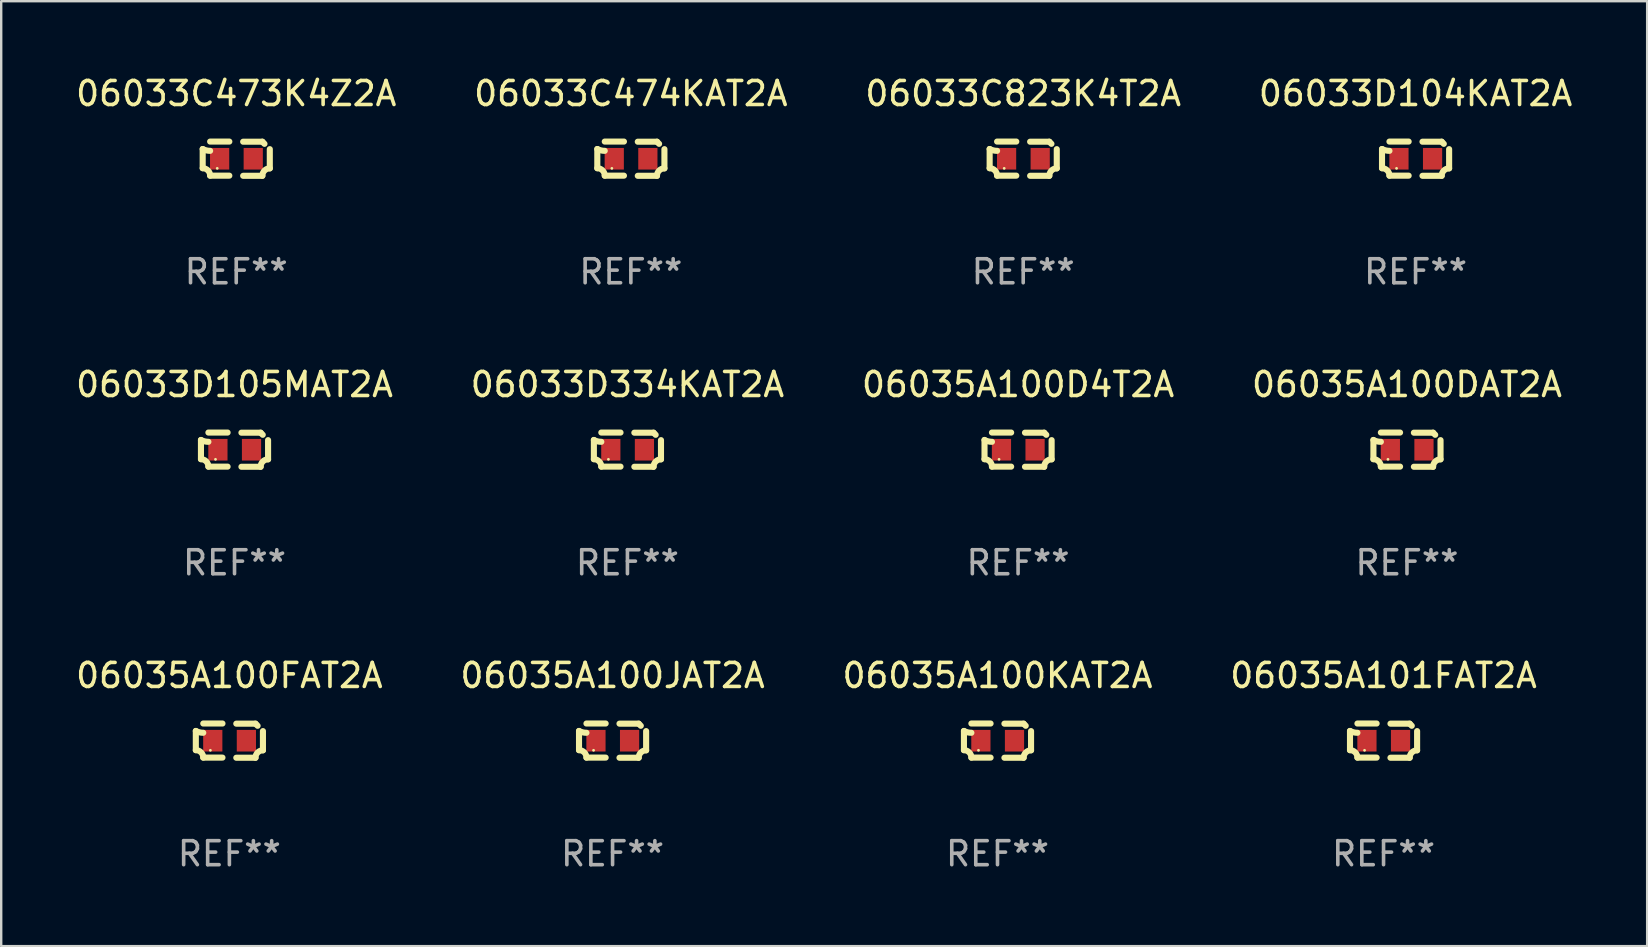
<source format=kicad_pcb>
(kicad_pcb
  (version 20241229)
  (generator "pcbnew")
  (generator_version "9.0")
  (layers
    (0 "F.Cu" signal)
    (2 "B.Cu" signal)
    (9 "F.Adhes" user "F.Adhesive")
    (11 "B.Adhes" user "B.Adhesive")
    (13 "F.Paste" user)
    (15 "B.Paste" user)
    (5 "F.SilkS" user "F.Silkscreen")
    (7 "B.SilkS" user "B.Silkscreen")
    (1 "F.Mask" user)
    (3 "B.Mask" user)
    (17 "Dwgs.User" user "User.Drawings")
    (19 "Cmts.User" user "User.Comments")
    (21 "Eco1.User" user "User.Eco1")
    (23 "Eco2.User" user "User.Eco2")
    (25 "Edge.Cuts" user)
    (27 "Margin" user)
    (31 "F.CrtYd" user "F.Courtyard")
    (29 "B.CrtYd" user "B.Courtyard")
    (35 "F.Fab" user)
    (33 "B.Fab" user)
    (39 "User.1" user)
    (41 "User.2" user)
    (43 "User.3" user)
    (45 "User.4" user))
  (footprint "06035A100JAT2A"
    (layer "F.Cu")
    (at 22.47 27.805)
    (property "Reference" "06035A100JAT2A" (at 0 -2.713 0) (layer "F.SilkS") (effects (font (size 1 1) (thickness 0.15))))
    (attr through_hole)
    (fp_line (start -1.398 -0.403) (end -1.398 0.397) (stroke (width 0.254) (type solid)) (layer "F.SilkS"))
    (fp_line (start -0.288 -0.713) (end -1.088 -0.713) (stroke (width 0.254) (type solid)) (layer "F.SilkS"))
    (fp_line (start -0.288 0.707) (end -1.088 0.707) (stroke (width 0.254) (type solid)) (layer "F.SilkS"))
    (fp_line (start 0.288 -0.707) (end 1.088 -0.707) (stroke (width 0.254) (type solid)) (layer "F.SilkS"))
    (fp_line (start 0.288 0.713) (end 1.088 0.713) (stroke (width 0.254) (type solid)) (layer "F.SilkS"))
    (fp_line (start 1.398 -0.397) (end 1.398 0.403) (stroke (width 0.254) (type solid)) (layer "F.SilkS"))
    (fp_arc (start -1.397789 0.397066) (mid -1.178701 0.487826) (end -1.08796 0.706922) (stroke (width 0.254001) (type solid)) (layer "F.SilkS"))
    (fp_arc (start -1.08796 -0.327176) (mid -1.247436 -0.346384) (end -1.39779 -0.402908) (stroke (width 0.254001) (type solid)) (layer "F.SilkS"))
    (fp_arc (start 1.087909 0.712738) (mid 1.178656 0.493655) (end 1.397739 0.402908) (stroke (width 0.254001) (type solid)) (layer "F.SilkS"))
    (fp_arc (start 1.175925 -0.618926) (mid 1.131917 -0.662923) (end 1.08791 -0.706922) (stroke (width 0.254001) (type solid)) (layer "F.SilkS"))
    (fp_circle (center -0.792 0.403) (end -0.762 0.403) (stroke (width 0.06) (type solid)) (fill no) (layer "F.SilkS"))
    (fp_text user "REF**" (at 0 4.713 0) (layer "F.Fab") (effects (font (size 1 1) (thickness 0.15))))
    (pad "1" smd rect (at -0.692 0.003) (size 0.8 0.9) (layers "F.Cu" "F.Mask" "F.Paste"))
    (pad "2" smd rect (at 0.708 0.003) (size 0.8 0.9) (layers "F.Cu" "F.Mask" "F.Paste")))
  (footprint "06033C474KAT2A"
    (layer "F.Cu")
    (at 23.232 3.561)
    (property "Reference" "06033C474KAT2A" (at 0 -2.713 0) (layer "F.SilkS") (effects (font (size 1 1) (thickness 0.15))))
    (attr through_hole)
    (fp_line (start -1.398 -0.403) (end -1.398 0.397) (stroke (width 0.254) (type solid)) (layer "F.SilkS"))
    (fp_line (start -0.288 -0.713) (end -1.088 -0.713) (stroke (width 0.254) (type solid)) (layer "F.SilkS"))
    (fp_line (start -0.288 0.707) (end -1.088 0.707) (stroke (width 0.254) (type solid)) (layer "F.SilkS"))
    (fp_line (start 0.288 -0.707) (end 1.088 -0.707) (stroke (width 0.254) (type solid)) (layer "F.SilkS"))
    (fp_line (start 0.288 0.713) (end 1.088 0.713) (stroke (width 0.254) (type solid)) (layer "F.SilkS"))
    (fp_line (start 1.398 -0.397) (end 1.398 0.403) (stroke (width 0.254) (type solid)) (layer "F.SilkS"))
    (fp_arc (start -1.397789 0.397066) (mid -1.178701 0.487826) (end -1.08796 0.706922) (stroke (width 0.254001) (type solid)) (layer "F.SilkS"))
    (fp_arc (start -1.08796 -0.327176) (mid -1.247436 -0.346384) (end -1.39779 -0.402908) (stroke (width 0.254001) (type solid)) (layer "F.SilkS"))
    (fp_arc (start 1.087909 0.712738) (mid 1.178656 0.493655) (end 1.397739 0.402908) (stroke (width 0.254001) (type solid)) (layer "F.SilkS"))
    (fp_arc (start 1.175925 -0.618926) (mid 1.131917 -0.662923) (end 1.08791 -0.706922) (stroke (width 0.254001) (type solid)) (layer "F.SilkS"))
    (fp_circle (center -0.792 0.403) (end -0.762 0.403) (stroke (width 0.06) (type solid)) (fill no) (layer "F.SilkS"))
    (fp_text user "REF**" (at 0 4.713 0) (layer "F.Fab") (effects (font (size 1 1) (thickness 0.15))))
    (pad "1" smd rect (at -0.692 0.003) (size 0.8 0.9) (layers "F.Cu" "F.Mask" "F.Paste"))
    (pad "2" smd rect (at 0.708 0.003) (size 0.8 0.9) (layers "F.Cu" "F.Mask" "F.Paste")))
  (footprint "06033C823K4T2A"
    (layer "F.Cu")
    (at 39.577 3.561)
    (property "Reference" "06033C823K4T2A" (at 0 -2.713 0) (layer "F.SilkS") (effects (font (size 1 1) (thickness 0.15))))
    (attr through_hole)
    (fp_line (start -1.398 -0.403) (end -1.398 0.397) (stroke (width 0.254) (type solid)) (layer "F.SilkS"))
    (fp_line (start -0.288 -0.713) (end -1.088 -0.713) (stroke (width 0.254) (type solid)) (layer "F.SilkS"))
    (fp_line (start -0.288 0.707) (end -1.088 0.707) (stroke (width 0.254) (type solid)) (layer "F.SilkS"))
    (fp_line (start 0.288 -0.707) (end 1.088 -0.707) (stroke (width 0.254) (type solid)) (layer "F.SilkS"))
    (fp_line (start 0.288 0.713) (end 1.088 0.713) (stroke (width 0.254) (type solid)) (layer "F.SilkS"))
    (fp_line (start 1.398 -0.397) (end 1.398 0.403) (stroke (width 0.254) (type solid)) (layer "F.SilkS"))
    (fp_arc (start -1.397789 0.397066) (mid -1.178701 0.487826) (end -1.08796 0.706922) (stroke (width 0.254001) (type solid)) (layer "F.SilkS"))
    (fp_arc (start -1.08796 -0.327176) (mid -1.247436 -0.346384) (end -1.39779 -0.402908) (stroke (width 0.254001) (type solid)) (layer "F.SilkS"))
    (fp_arc (start 1.087909 0.712738) (mid 1.178656 0.493655) (end 1.397739 0.402908) (stroke (width 0.254001) (type solid)) (layer "F.SilkS"))
    (fp_arc (start 1.175925 -0.618926) (mid 1.131917 -0.662923) (end 1.08791 -0.706922) (stroke (width 0.254001) (type solid)) (layer "F.SilkS"))
    (fp_circle (center -0.792 0.403) (end -0.762 0.403) (stroke (width 0.06) (type solid)) (fill no) (layer "F.SilkS"))
    (fp_text user "REF**" (at 0 4.713 0) (layer "F.Fab") (effects (font (size 1 1) (thickness 0.15))))
    (pad "1" smd rect (at -0.692 0.003) (size 0.8 0.9) (layers "F.Cu" "F.Mask" "F.Paste"))
    (pad "2" smd rect (at 0.708 0.003) (size 0.8 0.9) (layers "F.Cu" "F.Mask" "F.Paste")))
  (footprint "06035A100FAT2A"
    (layer "F.Cu")
    (at 6.506 27.805)
    (property "Reference" "06035A100FAT2A" (at 0 -2.713 0) (layer "F.SilkS") (effects (font (size 1 1) (thickness 0.15))))
    (attr through_hole)
    (fp_line (start -1.398 -0.403) (end -1.398 0.397) (stroke (width 0.254) (type solid)) (layer "F.SilkS"))
    (fp_line (start -0.288 -0.713) (end -1.088 -0.713) (stroke (width 0.254) (type solid)) (layer "F.SilkS"))
    (fp_line (start -0.288 0.707) (end -1.088 0.707) (stroke (width 0.254) (type solid)) (layer "F.SilkS"))
    (fp_line (start 0.288 -0.707) (end 1.088 -0.707) (stroke (width 0.254) (type solid)) (layer "F.SilkS"))
    (fp_line (start 0.288 0.713) (end 1.088 0.713) (stroke (width 0.254) (type solid)) (layer "F.SilkS"))
    (fp_line (start 1.398 -0.397) (end 1.398 0.403) (stroke (width 0.254) (type solid)) (layer "F.SilkS"))
    (fp_arc (start -1.397789 0.397066) (mid -1.178701 0.487826) (end -1.08796 0.706922) (stroke (width 0.254001) (type solid)) (layer "F.SilkS"))
    (fp_arc (start -1.08796 -0.327176) (mid -1.247436 -0.346384) (end -1.39779 -0.402908) (stroke (width 0.254001) (type solid)) (layer "F.SilkS"))
    (fp_arc (start 1.087909 0.712738) (mid 1.178656 0.493655) (end 1.397739 0.402908) (stroke (width 0.254001) (type solid)) (layer "F.SilkS"))
    (fp_arc (start 1.175925 -0.618926) (mid 1.131917 -0.662923) (end 1.08791 -0.706922) (stroke (width 0.254001) (type solid)) (layer "F.SilkS"))
    (fp_circle (center -0.792 0.403) (end -0.762 0.403) (stroke (width 0.06) (type solid)) (fill no) (layer "F.SilkS"))
    (fp_text user "REF**" (at 0 4.713 0) (layer "F.Fab") (effects (font (size 1 1) (thickness 0.15))))
    (pad "1" smd rect (at -0.692 0.003) (size 0.8 0.9) (layers "F.Cu" "F.Mask" "F.Paste"))
    (pad "2" smd rect (at 0.708 0.003) (size 0.8 0.9) (layers "F.Cu" "F.Mask" "F.Paste")))
  (footprint "06033D104KAT2A"
    (layer "F.Cu")
    (at 55.923 3.561)
    (property "Reference" "06033D104KAT2A" (at 0 -2.713 0) (layer "F.SilkS") (effects (font (size 1 1) (thickness 0.15))))
    (attr through_hole)
    (fp_line (start -1.398 -0.403) (end -1.398 0.397) (stroke (width 0.254) (type solid)) (layer "F.SilkS"))
    (fp_line (start -0.288 -0.713) (end -1.088 -0.713) (stroke (width 0.254) (type solid)) (layer "F.SilkS"))
    (fp_line (start -0.288 0.707) (end -1.088 0.707) (stroke (width 0.254) (type solid)) (layer "F.SilkS"))
    (fp_line (start 0.288 -0.707) (end 1.088 -0.707) (stroke (width 0.254) (type solid)) (layer "F.SilkS"))
    (fp_line (start 0.288 0.713) (end 1.088 0.713) (stroke (width 0.254) (type solid)) (layer "F.SilkS"))
    (fp_line (start 1.398 -0.397) (end 1.398 0.403) (stroke (width 0.254) (type solid)) (layer "F.SilkS"))
    (fp_arc (start -1.397789 0.397066) (mid -1.178701 0.487826) (end -1.08796 0.706922) (stroke (width 0.254001) (type solid)) (layer "F.SilkS"))
    (fp_arc (start -1.08796 -0.327176) (mid -1.247436 -0.346384) (end -1.39779 -0.402908) (stroke (width 0.254001) (type solid)) (layer "F.SilkS"))
    (fp_arc (start 1.087909 0.712738) (mid 1.178656 0.493655) (end 1.397739 0.402908) (stroke (width 0.254001) (type solid)) (layer "F.SilkS"))
    (fp_arc (start 1.175925 -0.618926) (mid 1.131917 -0.662923) (end 1.08791 -0.706922) (stroke (width 0.254001) (type solid)) (layer "F.SilkS"))
    (fp_circle (center -0.792 0.403) (end -0.762 0.403) (stroke (width 0.06) (type solid)) (fill no) (layer "F.SilkS"))
    (fp_text user "REF**" (at 0 4.713 0) (layer "F.Fab") (effects (font (size 1 1) (thickness 0.15))))
    (pad "1" smd rect (at -0.692 0.003) (size 0.8 0.9) (layers "F.Cu" "F.Mask" "F.Paste"))
    (pad "2" smd rect (at 0.708 0.003) (size 0.8 0.9) (layers "F.Cu" "F.Mask" "F.Paste")))
  (footprint "06035A100D4T2A"
    (layer "F.Cu")
    (at 39.363 15.683)
    (property "Reference" "06035A100D4T2A" (at 0 -2.713 0) (layer "F.SilkS") (effects (font (size 1 1) (thickness 0.15))))
    (attr through_hole)
    (fp_line (start -1.398 -0.403) (end -1.398 0.397) (stroke (width 0.254) (type solid)) (layer "F.SilkS"))
    (fp_line (start -0.288 -0.713) (end -1.088 -0.713) (stroke (width 0.254) (type solid)) (layer "F.SilkS"))
    (fp_line (start -0.288 0.707) (end -1.088 0.707) (stroke (width 0.254) (type solid)) (layer "F.SilkS"))
    (fp_line (start 0.288 -0.707) (end 1.088 -0.707) (stroke (width 0.254) (type solid)) (layer "F.SilkS"))
    (fp_line (start 0.288 0.713) (end 1.088 0.713) (stroke (width 0.254) (type solid)) (layer "F.SilkS"))
    (fp_line (start 1.398 -0.397) (end 1.398 0.403) (stroke (width 0.254) (type solid)) (layer "F.SilkS"))
    (fp_arc (start -1.397789 0.397066) (mid -1.178701 0.487826) (end -1.08796 0.706922) (stroke (width 0.254001) (type solid)) (layer "F.SilkS"))
    (fp_arc (start -1.08796 -0.327176) (mid -1.247436 -0.346384) (end -1.39779 -0.402908) (stroke (width 0.254001) (type solid)) (layer "F.SilkS"))
    (fp_arc (start 1.087909 0.712738) (mid 1.178656 0.493655) (end 1.397739 0.402908) (stroke (width 0.254001) (type solid)) (layer "F.SilkS"))
    (fp_arc (start 1.175925 -0.618926) (mid 1.131917 -0.662923) (end 1.08791 -0.706922) (stroke (width 0.254001) (type solid)) (layer "F.SilkS"))
    (fp_circle (center -0.792 0.403) (end -0.762 0.403) (stroke (width 0.06) (type solid)) (fill no) (layer "F.SilkS"))
    (fp_text user "REF**" (at 0 4.713 0) (layer "F.Fab") (effects (font (size 1 1) (thickness 0.15))))
    (pad "1" smd rect (at -0.692 0.003) (size 0.8 0.9) (layers "F.Cu" "F.Mask" "F.Paste"))
    (pad "2" smd rect (at 0.708 0.003) (size 0.8 0.9) (layers "F.Cu" "F.Mask" "F.Paste")))
  (footprint "06035A100KAT2A"
    (layer "F.Cu")
    (at 38.506 27.805)
    (property "Reference" "06035A100KAT2A" (at 0 -2.713 0) (layer "F.SilkS") (effects (font (size 1 1) (thickness 0.15))))
    (attr through_hole)
    (fp_line (start -1.398 -0.403) (end -1.398 0.397) (stroke (width 0.254) (type solid)) (layer "F.SilkS"))
    (fp_line (start -0.288 -0.713) (end -1.088 -0.713) (stroke (width 0.254) (type solid)) (layer "F.SilkS"))
    (fp_line (start -0.288 0.707) (end -1.088 0.707) (stroke (width 0.254) (type solid)) (layer "F.SilkS"))
    (fp_line (start 0.288 -0.707) (end 1.088 -0.707) (stroke (width 0.254) (type solid)) (layer "F.SilkS"))
    (fp_line (start 0.288 0.713) (end 1.088 0.713) (stroke (width 0.254) (type solid)) (layer "F.SilkS"))
    (fp_line (start 1.398 -0.397) (end 1.398 0.403) (stroke (width 0.254) (type solid)) (layer "F.SilkS"))
    (fp_arc (start -1.397789 0.397066) (mid -1.178701 0.487826) (end -1.08796 0.706922) (stroke (width 0.254001) (type solid)) (layer "F.SilkS"))
    (fp_arc (start -1.08796 -0.327176) (mid -1.247436 -0.346384) (end -1.39779 -0.402908) (stroke (width 0.254001) (type solid)) (layer "F.SilkS"))
    (fp_arc (start 1.087909 0.712738) (mid 1.178656 0.493655) (end 1.397739 0.402908) (stroke (width 0.254001) (type solid)) (layer "F.SilkS"))
    (fp_arc (start 1.175925 -0.618926) (mid 1.131917 -0.662923) (end 1.08791 -0.706922) (stroke (width 0.254001) (type solid)) (layer "F.SilkS"))
    (fp_circle (center -0.792 0.403) (end -0.762 0.403) (stroke (width 0.06) (type solid)) (fill no) (layer "F.SilkS"))
    (fp_text user "REF**" (at 0 4.713 0) (layer "F.Fab") (effects (font (size 1 1) (thickness 0.15))))
    (pad "1" smd rect (at -0.692 0.003) (size 0.8 0.9) (layers "F.Cu" "F.Mask" "F.Paste"))
    (pad "2" smd rect (at 0.708 0.003) (size 0.8 0.9) (layers "F.Cu" "F.Mask" "F.Paste")))
  (footprint "06035A101FAT2A"
    (layer "F.Cu")
    (at 54.589 27.805)
    (property "Reference" "06035A101FAT2A" (at 0 -2.713 0) (layer "F.SilkS") (effects (font (size 1 1) (thickness 0.15))))
    (attr through_hole)
    (fp_line (start -1.398 -0.403) (end -1.398 0.397) (stroke (width 0.254) (type solid)) (layer "F.SilkS"))
    (fp_line (start -0.288 -0.713) (end -1.088 -0.713) (stroke (width 0.254) (type solid)) (layer "F.SilkS"))
    (fp_line (start -0.288 0.707) (end -1.088 0.707) (stroke (width 0.254) (type solid)) (layer "F.SilkS"))
    (fp_line (start 0.288 -0.707) (end 1.088 -0.707) (stroke (width 0.254) (type solid)) (layer "F.SilkS"))
    (fp_line (start 0.288 0.713) (end 1.088 0.713) (stroke (width 0.254) (type solid)) (layer "F.SilkS"))
    (fp_line (start 1.398 -0.397) (end 1.398 0.403) (stroke (width 0.254) (type solid)) (layer "F.SilkS"))
    (fp_arc (start -1.397789 0.397066) (mid -1.178701 0.487826) (end -1.08796 0.706922) (stroke (width 0.254001) (type solid)) (layer "F.SilkS"))
    (fp_arc (start -1.08796 -0.327176) (mid -1.247436 -0.346384) (end -1.39779 -0.402908) (stroke (width 0.254001) (type solid)) (layer "F.SilkS"))
    (fp_arc (start 1.087909 0.712738) (mid 1.178656 0.493655) (end 1.397739 0.402908) (stroke (width 0.254001) (type solid)) (layer "F.SilkS"))
    (fp_arc (start 1.175925 -0.618926) (mid 1.131917 -0.662923) (end 1.08791 -0.706922) (stroke (width 0.254001) (type solid)) (layer "F.SilkS"))
    (fp_circle (center -0.792 0.403) (end -0.762 0.403) (stroke (width 0.06) (type solid)) (fill no) (layer "F.SilkS"))
    (fp_text user "REF**" (at 0 4.713 0) (layer "F.Fab") (effects (font (size 1 1) (thickness 0.15))))
    (pad "1" smd rect (at -0.692 0.003) (size 0.8 0.9) (layers "F.Cu" "F.Mask" "F.Paste"))
    (pad "2" smd rect (at 0.708 0.003) (size 0.8 0.9) (layers "F.Cu" "F.Mask" "F.Paste")))
  (footprint "06033D334KAT2A"
    (layer "F.Cu")
    (at 23.089 15.683)
    (property "Reference" "06033D334KAT2A" (at 0 -2.713 0) (layer "F.SilkS") (effects (font (size 1 1) (thickness 0.15))))
    (attr through_hole)
    (fp_line (start -1.398 -0.403) (end -1.398 0.397) (stroke (width 0.254) (type solid)) (layer "F.SilkS"))
    (fp_line (start -0.288 -0.713) (end -1.088 -0.713) (stroke (width 0.254) (type solid)) (layer "F.SilkS"))
    (fp_line (start -0.288 0.707) (end -1.088 0.707) (stroke (width 0.254) (type solid)) (layer "F.SilkS"))
    (fp_line (start 0.288 -0.707) (end 1.088 -0.707) (stroke (width 0.254) (type solid)) (layer "F.SilkS"))
    (fp_line (start 0.288 0.713) (end 1.088 0.713) (stroke (width 0.254) (type solid)) (layer "F.SilkS"))
    (fp_line (start 1.398 -0.397) (end 1.398 0.403) (stroke (width 0.254) (type solid)) (layer "F.SilkS"))
    (fp_arc (start -1.397789 0.397066) (mid -1.178701 0.487826) (end -1.08796 0.706922) (stroke (width 0.254001) (type solid)) (layer "F.SilkS"))
    (fp_arc (start -1.08796 -0.327176) (mid -1.247436 -0.346384) (end -1.39779 -0.402908) (stroke (width 0.254001) (type solid)) (layer "F.SilkS"))
    (fp_arc (start 1.087909 0.712738) (mid 1.178656 0.493655) (end 1.397739 0.402908) (stroke (width 0.254001) (type solid)) (layer "F.SilkS"))
    (fp_arc (start 1.175925 -0.618926) (mid 1.131917 -0.662923) (end 1.08791 -0.706922) (stroke (width 0.254001) (type solid)) (layer "F.SilkS"))
    (fp_circle (center -0.792 0.403) (end -0.762 0.403) (stroke (width 0.06) (type solid)) (fill no) (layer "F.SilkS"))
    (fp_text user "REF**" (at 0 4.713 0) (layer "F.Fab") (effects (font (size 1 1) (thickness 0.15))))
    (pad "1" smd rect (at -0.692 0.003) (size 0.8 0.9) (layers "F.Cu" "F.Mask" "F.Paste"))
    (pad "2" smd rect (at 0.708 0.003) (size 0.8 0.9) (layers "F.Cu" "F.Mask" "F.Paste")))
  (footprint "06033D105MAT2A"
    (layer "F.Cu")
    (at 6.72 15.683)
    (property "Reference" "06033D105MAT2A" (at 0 -2.713 0) (layer "F.SilkS") (effects (font (size 1 1) (thickness 0.15))))
    (attr through_hole)
    (fp_line (start -1.398 -0.403) (end -1.398 0.397) (stroke (width 0.254) (type solid)) (layer "F.SilkS"))
    (fp_line (start -0.288 -0.713) (end -1.088 -0.713) (stroke (width 0.254) (type solid)) (layer "F.SilkS"))
    (fp_line (start -0.288 0.707) (end -1.088 0.707) (stroke (width 0.254) (type solid)) (layer "F.SilkS"))
    (fp_line (start 0.288 -0.707) (end 1.088 -0.707) (stroke (width 0.254) (type solid)) (layer "F.SilkS"))
    (fp_line (start 0.288 0.713) (end 1.088 0.713) (stroke (width 0.254) (type solid)) (layer "F.SilkS"))
    (fp_line (start 1.398 -0.397) (end 1.398 0.403) (stroke (width 0.254) (type solid)) (layer "F.SilkS"))
    (fp_arc (start -1.397789 0.397066) (mid -1.178701 0.487826) (end -1.08796 0.706922) (stroke (width 0.254001) (type solid)) (layer "F.SilkS"))
    (fp_arc (start -1.08796 -0.327176) (mid -1.247436 -0.346384) (end -1.39779 -0.402908) (stroke (width 0.254001) (type solid)) (layer "F.SilkS"))
    (fp_arc (start 1.087909 0.712738) (mid 1.178656 0.493655) (end 1.397739 0.402908) (stroke (width 0.254001) (type solid)) (layer "F.SilkS"))
    (fp_arc (start 1.175925 -0.618926) (mid 1.131917 -0.662923) (end 1.08791 -0.706922) (stroke (width 0.254001) (type solid)) (layer "F.SilkS"))
    (fp_circle (center -0.792 0.403) (end -0.762 0.403) (stroke (width 0.06) (type solid)) (fill no) (layer "F.SilkS"))
    (fp_text user "REF**" (at 0 4.713 0) (layer "F.Fab") (effects (font (size 1 1) (thickness 0.15))))
    (pad "1" smd rect (at -0.692 0.003) (size 0.8 0.9) (layers "F.Cu" "F.Mask" "F.Paste"))
    (pad "2" smd rect (at 0.708 0.003) (size 0.8 0.9) (layers "F.Cu" "F.Mask" "F.Paste")))
  (footprint "06035A100DAT2A"
    (layer "F.Cu")
    (at 55.565 15.683)
    (property "Reference" "06035A100DAT2A" (at 0 -2.713 0) (layer "F.SilkS") (effects (font (size 1 1) (thickness 0.15))))
    (attr through_hole)
    (fp_line (start -1.398 -0.403) (end -1.398 0.397) (stroke (width 0.254) (type solid)) (layer "F.SilkS"))
    (fp_line (start -0.288 -0.713) (end -1.088 -0.713) (stroke (width 0.254) (type solid)) (layer "F.SilkS"))
    (fp_line (start -0.288 0.707) (end -1.088 0.707) (stroke (width 0.254) (type solid)) (layer "F.SilkS"))
    (fp_line (start 0.288 -0.707) (end 1.088 -0.707) (stroke (width 0.254) (type solid)) (layer "F.SilkS"))
    (fp_line (start 0.288 0.713) (end 1.088 0.713) (stroke (width 0.254) (type solid)) (layer "F.SilkS"))
    (fp_line (start 1.398 -0.397) (end 1.398 0.403) (stroke (width 0.254) (type solid)) (layer "F.SilkS"))
    (fp_arc (start -1.397789 0.397066) (mid -1.178701 0.487826) (end -1.08796 0.706922) (stroke (width 0.254001) (type solid)) (layer "F.SilkS"))
    (fp_arc (start -1.08796 -0.327176) (mid -1.247436 -0.346384) (end -1.39779 -0.402908) (stroke (width 0.254001) (type solid)) (layer "F.SilkS"))
    (fp_arc (start 1.087909 0.712738) (mid 1.178656 0.493655) (end 1.397739 0.402908) (stroke (width 0.254001) (type solid)) (layer "F.SilkS"))
    (fp_arc (start 1.175925 -0.618926) (mid 1.131917 -0.662923) (end 1.08791 -0.706922) (stroke (width 0.254001) (type solid)) (layer "F.SilkS"))
    (fp_circle (center -0.792 0.403) (end -0.762 0.403) (stroke (width 0.06) (type solid)) (fill no) (layer "F.SilkS"))
    (fp_text user "REF**" (at 0 4.713 0) (layer "F.Fab") (effects (font (size 1 1) (thickness 0.15))))
    (pad "1" smd rect (at -0.692 0.003) (size 0.8 0.9) (layers "F.Cu" "F.Mask" "F.Paste"))
    (pad "2" smd rect (at 0.708 0.003) (size 0.8 0.9) (layers "F.Cu" "F.Mask" "F.Paste")))
  (footprint "06033C473K4Z2A"
    (layer "F.Cu")
    (at 6.792 3.561)
    (property "Reference" "06033C473K4Z2A" (at 0 -2.713 0) (layer "F.SilkS") (effects (font (size 1 1) (thickness 0.15))))
    (attr through_hole)
    (fp_line (start -1.398 -0.403) (end -1.398 0.397) (stroke (width 0.254) (type solid)) (layer "F.SilkS"))
    (fp_line (start -0.288 -0.713) (end -1.088 -0.713) (stroke (width 0.254) (type solid)) (layer "F.SilkS"))
    (fp_line (start -0.288 0.707) (end -1.088 0.707) (stroke (width 0.254) (type solid)) (layer "F.SilkS"))
    (fp_line (start 0.288 -0.707) (end 1.088 -0.707) (stroke (width 0.254) (type solid)) (layer "F.SilkS"))
    (fp_line (start 0.288 0.713) (end 1.088 0.713) (stroke (width 0.254) (type solid)) (layer "F.SilkS"))
    (fp_line (start 1.398 -0.397) (end 1.398 0.403) (stroke (width 0.254) (type solid)) (layer "F.SilkS"))
    (fp_arc (start -1.397789 0.397066) (mid -1.178701 0.487826) (end -1.08796 0.706922) (stroke (width 0.254001) (type solid)) (layer "F.SilkS"))
    (fp_arc (start -1.08796 -0.327176) (mid -1.247436 -0.346384) (end -1.39779 -0.402908) (stroke (width 0.254001) (type solid)) (layer "F.SilkS"))
    (fp_arc (start 1.087909 0.712738) (mid 1.178656 0.493655) (end 1.397739 0.402908) (stroke (width 0.254001) (type solid)) (layer "F.SilkS"))
    (fp_arc (start 1.175925 -0.618926) (mid 1.131917 -0.662923) (end 1.08791 -0.706922) (stroke (width 0.254001) (type solid)) (layer "F.SilkS"))
    (fp_circle (center -0.792 0.403) (end -0.762 0.403) (stroke (width 0.06) (type solid)) (fill no) (layer "F.SilkS"))
    (fp_text user "REF**" (at 0 4.713 0) (layer "F.Fab") (effects (font (size 1 1) (thickness 0.15))))
    (pad "1" smd rect (at -0.692 0.003) (size 0.8 0.9) (layers "F.Cu" "F.Mask" "F.Paste"))
    (pad "2" smd rect (at 0.708 0.003) (size 0.8 0.9) (layers "F.Cu" "F.Mask" "F.Paste")))
  (gr_rect
    (start -3 -3)
    (end 65.571 36.366)
    (stroke (width 0.1) (type default))
    (fill no)
    (layer "Edge.Cuts")))
</source>
